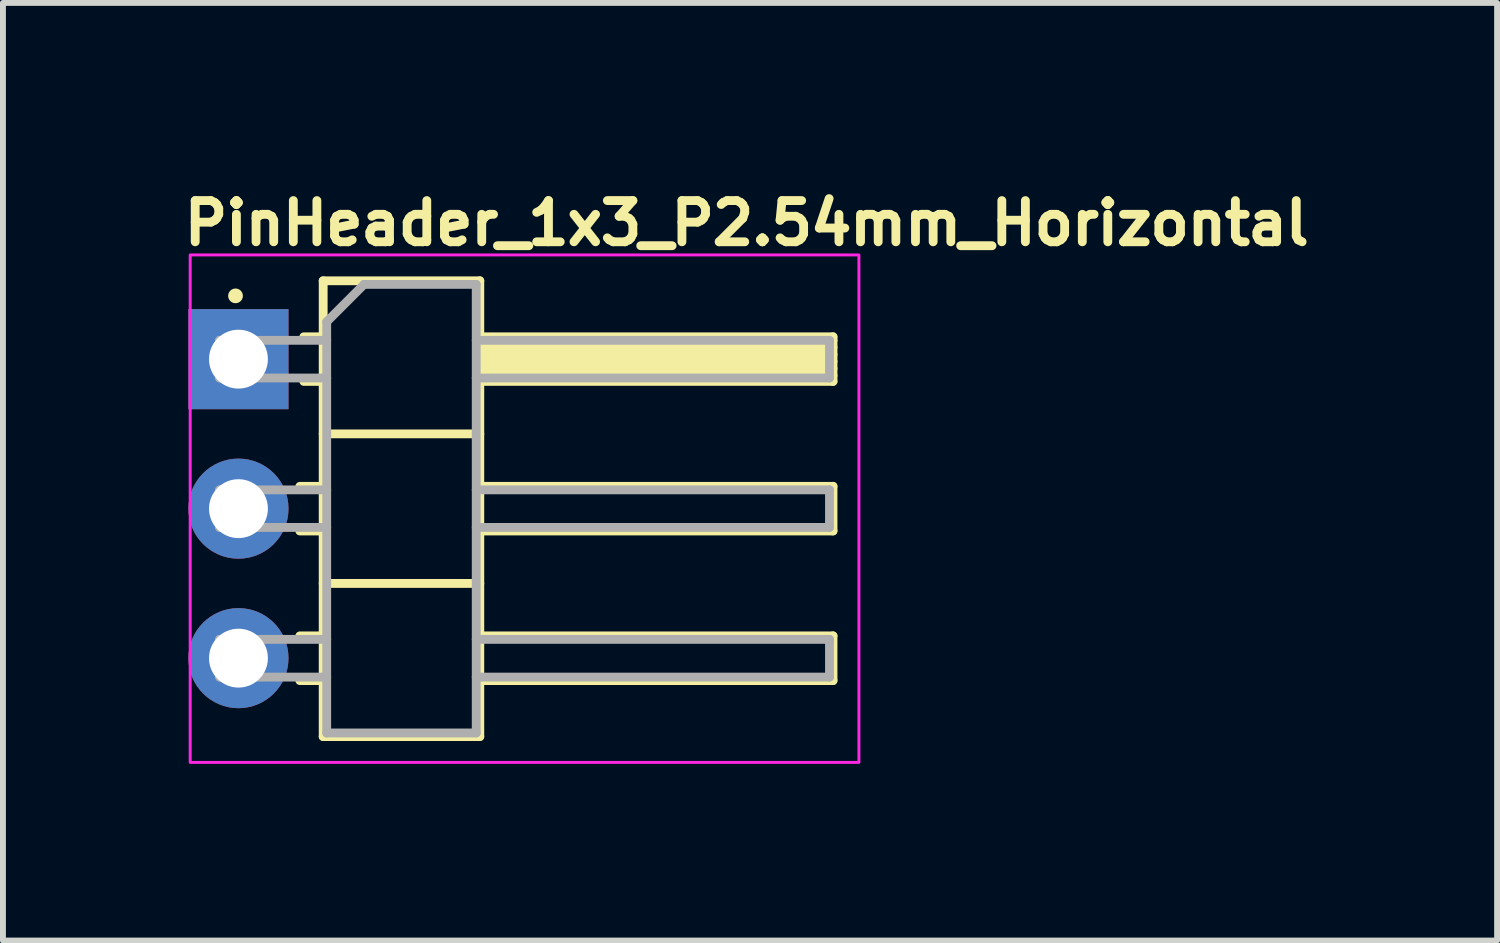
<source format=kicad_pcb>
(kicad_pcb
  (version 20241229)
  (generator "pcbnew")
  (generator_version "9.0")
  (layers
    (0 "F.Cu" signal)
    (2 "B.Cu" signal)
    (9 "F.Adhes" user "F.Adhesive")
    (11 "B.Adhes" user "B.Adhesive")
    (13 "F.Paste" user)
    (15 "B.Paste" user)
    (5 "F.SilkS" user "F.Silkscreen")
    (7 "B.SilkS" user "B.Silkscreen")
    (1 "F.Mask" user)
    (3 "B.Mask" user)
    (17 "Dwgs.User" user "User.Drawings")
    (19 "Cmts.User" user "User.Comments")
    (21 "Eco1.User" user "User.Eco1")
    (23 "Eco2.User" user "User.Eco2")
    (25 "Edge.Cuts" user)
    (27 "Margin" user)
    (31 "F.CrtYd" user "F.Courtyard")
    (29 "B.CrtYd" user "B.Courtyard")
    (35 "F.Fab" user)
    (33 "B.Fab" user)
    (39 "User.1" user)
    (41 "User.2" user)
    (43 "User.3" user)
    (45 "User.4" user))
  (footprint "PinHeader_1x3_P2.54mm_Horizontal"
    (layer "F.Cu")
    (at 1 3.05)
    (property "Reference" "PinHeader_1x3_P2.54mm_Horizontal" (at -1 -1.9 0) (layer "F.SilkS") (effects (font (size 0.7 0.7) (thickness 0.15)) (justify left bottom)))
    (attr through_hole)
    (fp_line (start 1.042 2.16) (end 1.439 2.16) (stroke (width 0.15) (type solid)) (layer "F.SilkS"))
    (fp_line (start 1.042 2.918) (end 1.439 2.918) (stroke (width 0.15) (type solid)) (layer "F.SilkS"))
    (fp_line (start 1.042 4.7) (end 1.439 4.7) (stroke (width 0.15) (type solid)) (layer "F.SilkS"))
    (fp_line (start 1.042 5.459) (end 1.439 5.459) (stroke (width 0.15) (type solid)) (layer "F.SilkS"))
    (fp_line (start 1.11 -0.38) (end 1.439 -0.38) (stroke (width 0.15) (type solid)) (layer "F.SilkS"))
    (fp_line (start 1.11 0.378) (end 1.439 0.378) (stroke (width 0.15) (type solid)) (layer "F.SilkS"))
    (fp_line (start 1.439 -1.331) (end 1.439 6.41) (stroke (width 0.15) (type solid)) (layer "F.SilkS"))
    (fp_line (start 1.439 1.269) (end 4.099 1.269) (stroke (width 0.15) (type solid)) (layer "F.SilkS"))
    (fp_line (start 1.439 3.809) (end 4.099 3.809) (stroke (width 0.15) (type solid)) (layer "F.SilkS"))
    (fp_line (start 1.439 6.41) (end 4.099 6.41) (stroke (width 0.15) (type solid)) (layer "F.SilkS"))
    (fp_line (start 4.099 -1.331) (end 1.439 -1.331) (stroke (width 0.15) (type solid)) (layer "F.SilkS"))
    (fp_line (start 4.099 -0.38) (end 10.098 -0.38) (stroke (width 0.15) (type solid)) (layer "F.SilkS"))
    (fp_line (start 4.099 -0.32) (end 10.098 -0.32) (stroke (width 0.15) (type solid)) (layer "F.SilkS"))
    (fp_line (start 4.099 -0.202) (end 10.098 -0.202) (stroke (width 0.15) (type solid)) (layer "F.SilkS"))
    (fp_line (start 4.099 -0.08) (end 10.098 -0.08) (stroke (width 0.15) (type solid)) (layer "F.SilkS"))
    (fp_line (start 4.099 0.04) (end 10.098 0.04) (stroke (width 0.15) (type solid)) (layer "F.SilkS"))
    (fp_line (start 4.099 0.16) (end 10.098 0.16) (stroke (width 0.15) (type solid)) (layer "F.SilkS"))
    (fp_line (start 4.099 0.28) (end 10.098 0.28) (stroke (width 0.15) (type solid)) (layer "F.SilkS"))
    (fp_line (start 4.099 2.16) (end 10.098 2.16) (stroke (width 0.15) (type solid)) (layer "F.SilkS"))
    (fp_line (start 4.099 4.7) (end 10.098 4.7) (stroke (width 0.15) (type solid)) (layer "F.SilkS"))
    (fp_line (start 4.099 6.41) (end 4.099 -1.331) (stroke (width 0.15) (type solid)) (layer "F.SilkS"))
    (fp_line (start 10.098 -0.38) (end 10.098 0.378) (stroke (width 0.15) (type solid)) (layer "F.SilkS"))
    (fp_line (start 10.098 0.378) (end 4.099 0.378) (stroke (width 0.15) (type solid)) (layer "F.SilkS"))
    (fp_line (start 10.098 2.16) (end 10.098 2.918) (stroke (width 0.15) (type solid)) (layer "F.SilkS"))
    (fp_line (start 10.098 2.918) (end 4.099 2.918) (stroke (width 0.15) (type solid)) (layer "F.SilkS"))
    (fp_line (start 10.098 4.7) (end 10.098 5.459) (stroke (width 0.15) (type solid)) (layer "F.SilkS"))
    (fp_line (start 10.098 5.459) (end 4.099 5.459) (stroke (width 0.15) (type solid)) (layer "F.SilkS"))
    (fp_circle (center -0.05 -1.075) (end 0 -1.075) (stroke (width 0.15) (type solid)) (fill yes) (layer "F.SilkS"))
    (fp_rect (start -0.82 -1.77) (end 10.538 6.849) (stroke (width 0.05) (type solid)) (fill no) (layer "F.CrtYd"))
    (fp_line (start -0.32 -0.32) (end -0.32 0.32) (stroke (width 0.15) (type solid)) (layer "F.Fab"))
    (fp_line (start -0.32 -0.32) (end 1.499 -0.32) (stroke (width 0.15) (type solid)) (layer "F.Fab"))
    (fp_line (start -0.32 0.32) (end 1.499 0.32) (stroke (width 0.15) (type solid)) (layer "F.Fab"))
    (fp_line (start -0.32 2.22) (end -0.32 2.858) (stroke (width 0.15) (type solid)) (layer "F.Fab"))
    (fp_line (start -0.32 2.22) (end 1.499 2.22) (stroke (width 0.15) (type solid)) (layer "F.Fab"))
    (fp_line (start -0.32 2.858) (end 1.499 2.858) (stroke (width 0.15) (type solid)) (layer "F.Fab"))
    (fp_line (start -0.32 4.759) (end -0.32 5.4) (stroke (width 0.15) (type solid)) (layer "F.Fab"))
    (fp_line (start -0.32 4.759) (end 1.499 4.759) (stroke (width 0.15) (type solid)) (layer "F.Fab"))
    (fp_line (start -0.32 5.4) (end 1.499 5.4) (stroke (width 0.15) (type solid)) (layer "F.Fab"))
    (fp_line (start 1.499 -0.635) (end 2.133 -1.27) (stroke (width 0.15) (type solid)) (layer "F.Fab"))
    (fp_line (start 1.499 6.349) (end 1.499 -0.635) (stroke (width 0.15) (type solid)) (layer "F.Fab"))
    (fp_line (start 2.133 -1.27) (end 4.038 -1.27) (stroke (width 0.15) (type solid)) (layer "F.Fab"))
    (fp_line (start 4.038 -1.27) (end 4.038 6.349) (stroke (width 0.15) (type solid)) (layer "F.Fab"))
    (fp_line (start 4.038 -0.32) (end 10.038 -0.32) (stroke (width 0.15) (type solid)) (layer "F.Fab"))
    (fp_line (start 4.038 0.32) (end 10.038 0.32) (stroke (width 0.15) (type solid)) (layer "F.Fab"))
    (fp_line (start 4.038 2.22) (end 10.038 2.22) (stroke (width 0.15) (type solid)) (layer "F.Fab"))
    (fp_line (start 4.038 2.858) (end 10.038 2.858) (stroke (width 0.15) (type solid)) (layer "F.Fab"))
    (fp_line (start 4.038 4.759) (end 10.038 4.759) (stroke (width 0.15) (type solid)) (layer "F.Fab"))
    (fp_line (start 4.038 5.4) (end 10.038 5.4) (stroke (width 0.15) (type solid)) (layer "F.Fab"))
    (fp_line (start 4.038 6.349) (end 1.499 6.349) (stroke (width 0.15) (type solid)) (layer "F.Fab"))
    (fp_line (start 10.038 -0.32) (end 10.038 0.32) (stroke (width 0.15) (type solid)) (layer "F.Fab"))
    (fp_line (start 10.038 2.22) (end 10.038 2.858) (stroke (width 0.15) (type solid)) (layer "F.Fab"))
    (fp_line (start 10.038 4.759) (end 10.038 5.4) (stroke (width 0.15) (type solid)) (layer "F.Fab"))
    (fp_rect (start -0.32 -1.27) (end 10.038 6.349) (stroke (width 0.1) (type solid)) (fill no) (layer "User.5"))
    (fp_line (start -0.32 -0.32) (end -0.32 0.32) (stroke (width 0.02) (type solid)) (layer "User.9"))
    (fp_line (start -0.32 -0.32) (end -0.316 -0.32) (stroke (width 0.02) (type solid)) (layer "User.9"))
    (fp_line (start -0.32 0.32) (end -0.316 0.32) (stroke (width 0.02) (type solid)) (layer "User.9"))
    (fp_line (start -0.32 2.22) (end -0.32 2.858) (stroke (width 0.02) (type solid)) (layer "User.9"))
    (fp_line (start -0.32 2.22) (end -0.316 2.22) (stroke (width 0.02) (type solid)) (layer "User.9"))
    (fp_line (start -0.32 2.858) (end -0.316 2.858) (stroke (width 0.02) (type solid)) (layer "User.9"))
    (fp_line (start -0.32 4.759) (end -0.32 5.4) (stroke (width 0.02) (type solid)) (layer "User.9"))
    (fp_line (start -0.32 4.759) (end -0.316 4.759) (stroke (width 0.02) (type solid)) (layer "User.9"))
    (fp_line (start -0.32 5.4) (end -0.316 5.4) (stroke (width 0.02) (type solid)) (layer "User.9"))
    (fp_line (start -0.316 -0.32) (end -0.316 -0.32) (stroke (width 0.02) (type solid)) (layer "User.9"))
    (fp_line (start -0.316 -0.32) (end -0.286 -0.32) (stroke (width 0.02) (type solid)) (layer "User.9"))
    (fp_line (start -0.316 0.32) (end -0.316 0.32) (stroke (width 0.02) (type solid)) (layer "User.9"))
    (fp_line (start -0.316 0.32) (end -0.286 0.32) (stroke (width 0.02) (type solid)) (layer "User.9"))
    (fp_line (start -0.316 2.22) (end -0.316 2.22) (stroke (width 0.02) (type solid)) (layer "User.9"))
    (fp_line (start -0.316 2.22) (end -0.286 2.22) (stroke (width 0.02) (type solid)) (layer "User.9"))
    (fp_line (start -0.316 2.858) (end -0.316 2.858) (stroke (width 0.02) (type solid)) (layer "User.9"))
    (fp_line (start -0.316 2.858) (end -0.286 2.858) (stroke (width 0.02) (type solid)) (layer "User.9"))
    (fp_line (start -0.316 4.759) (end -0.316 4.759) (stroke (width 0.02) (type solid)) (layer "User.9"))
    (fp_line (start -0.316 4.759) (end -0.286 4.759) (stroke (width 0.02) (type solid)) (layer "User.9"))
    (fp_line (start -0.316 5.4) (end -0.316 5.4) (stroke (width 0.02) (type solid)) (layer "User.9"))
    (fp_line (start -0.316 5.4) (end -0.286 5.4) (stroke (width 0.02) (type solid)) (layer "User.9"))
    (fp_line (start -0.286 -0.32) (end -0.286 -0.32) (stroke (width 0.02) (type solid)) (layer "User.9"))
    (fp_line (start -0.286 -0.32) (end -0.222 -0.32) (stroke (width 0.02) (type solid)) (layer "User.9"))
    (fp_line (start -0.286 0.32) (end -0.286 0.32) (stroke (width 0.02) (type solid)) (layer "User.9"))
    (fp_line (start -0.286 0.32) (end -0.222 0.32) (stroke (width 0.02) (type solid)) (layer "User.9"))
    (fp_line (start -0.286 2.22) (end -0.286 2.22) (stroke (width 0.02) (type solid)) (layer "User.9"))
    (fp_line (start -0.286 2.22) (end -0.222 2.22) (stroke (width 0.02) (type solid)) (layer "User.9"))
    (fp_line (start -0.286 2.858) (end -0.286 2.858) (stroke (width 0.02) (type solid)) (layer "User.9"))
    (fp_line (start -0.286 2.858) (end -0.222 2.858) (stroke (width 0.02) (type solid)) (layer "User.9"))
    (fp_line (start -0.286 4.759) (end -0.286 4.759) (stroke (width 0.02) (type solid)) (layer "User.9"))
    (fp_line (start -0.286 4.759) (end -0.222 4.759) (stroke (width 0.02) (type solid)) (layer "User.9"))
    (fp_line (start -0.286 5.4) (end -0.286 5.4) (stroke (width 0.02) (type solid)) (layer "User.9"))
    (fp_line (start -0.286 5.4) (end -0.222 5.4) (stroke (width 0.02) (type solid)) (layer "User.9"))
    (fp_line (start -0.222 -0.32) (end -0.222 -0.32) (stroke (width 0.02) (type solid)) (layer "User.9"))
    (fp_line (start -0.222 -0.32) (end -0.134 -0.32) (stroke (width 0.02) (type solid)) (layer "User.9"))
    (fp_line (start -0.222 0.32) (end -0.222 0.32) (stroke (width 0.02) (type solid)) (layer "User.9"))
    (fp_line (start -0.222 0.32) (end -0.134 0.32) (stroke (width 0.02) (type solid)) (layer "User.9"))
    (fp_line (start -0.222 2.22) (end -0.222 2.22) (stroke (width 0.02) (type solid)) (layer "User.9"))
    (fp_line (start -0.222 2.22) (end -0.134 2.22) (stroke (width 0.02) (type solid)) (layer "User.9"))
    (fp_line (start -0.222 2.858) (end -0.222 2.858) (stroke (width 0.02) (type solid)) (layer "User.9"))
    (fp_line (start -0.222 2.858) (end -0.134 2.858) (stroke (width 0.02) (type solid)) (layer "User.9"))
    (fp_line (start -0.222 4.759) (end -0.222 4.759) (stroke (width 0.02) (type solid)) (layer "User.9"))
    (fp_line (start -0.222 4.759) (end -0.134 4.759) (stroke (width 0.02) (type solid)) (layer "User.9"))
    (fp_line (start -0.222 5.4) (end -0.222 5.4) (stroke (width 0.02) (type solid)) (layer "User.9"))
    (fp_line (start -0.222 5.4) (end -0.134 5.4) (stroke (width 0.02) (type solid)) (layer "User.9"))
    (fp_line (start -0.134 -0.32) (end -0.134 -0.32) (stroke (width 0.02) (type solid)) (layer "User.9"))
    (fp_line (start -0.134 -0.32) (end 0.32 -0.32) (stroke (width 0.02) (type solid)) (layer "User.9"))
    (fp_line (start -0.134 0.32) (end -0.134 0.32) (stroke (width 0.02) (type solid)) (layer "User.9"))
    (fp_line (start -0.134 0.32) (end 0.32 0.32) (stroke (width 0.02) (type solid)) (layer "User.9"))
    (fp_line (start -0.134 2.22) (end -0.134 2.22) (stroke (width 0.02) (type solid)) (layer "User.9"))
    (fp_line (start -0.134 2.22) (end 0.32 2.22) (stroke (width 0.02) (type solid)) (layer "User.9"))
    (fp_line (start -0.134 2.858) (end -0.134 2.858) (stroke (width 0.02) (type solid)) (layer "User.9"))
    (fp_line (start -0.134 2.858) (end 0.32 2.858) (stroke (width 0.02) (type solid)) (layer "User.9"))
    (fp_line (start -0.134 4.759) (end -0.134 4.759) (stroke (width 0.02) (type solid)) (layer "User.9"))
    (fp_line (start -0.134 4.759) (end 0.32 4.759) (stroke (width 0.02) (type solid)) (layer "User.9"))
    (fp_line (start -0.134 5.4) (end -0.134 5.4) (stroke (width 0.02) (type solid)) (layer "User.9"))
    (fp_line (start -0.134 5.4) (end 0.32 5.4) (stroke (width 0.02) (type solid)) (layer "User.9"))
    (fp_line (start 0.32 -0.32) (end 1.499 -0.32) (stroke (width 0.02) (type solid)) (layer "User.9"))
    (fp_line (start 0.32 0.32) (end 1.499 0.32) (stroke (width 0.02) (type solid)) (layer "User.9"))
    (fp_line (start 0.32 2.22) (end 1.499 2.22) (stroke (width 0.02) (type solid)) (layer "User.9"))
    (fp_line (start 0.32 2.858) (end 1.499 2.858) (stroke (width 0.02) (type solid)) (layer "User.9"))
    (fp_line (start 0.32 4.759) (end 1.499 4.759) (stroke (width 0.02) (type solid)) (layer "User.9"))
    (fp_line (start 0.32 5.4) (end 1.499 5.4) (stroke (width 0.02) (type solid)) (layer "User.9"))
    (fp_line (start 1.499 -1.27) (end 4.038 -1.27) (stroke (width 0.02) (type solid)) (layer "User.9"))
    (fp_line (start 1.499 -1.016) (end 1.499 -1.27) (stroke (width 0.02) (type solid)) (layer "User.9"))
    (fp_line (start 1.499 -1.016) (end 4.038 -1.016) (stroke (width 0.02) (type solid)) (layer "User.9"))
    (fp_line (start 1.499 1.015) (end 1.499 -1.016) (stroke (width 0.02) (type solid)) (layer "User.9"))
    (fp_line (start 1.499 1.015) (end 4.038 1.015) (stroke (width 0.02) (type solid)) (layer "User.9"))
    (fp_line (start 1.499 1.269) (end 1.499 1.015) (stroke (width 0.02) (type solid)) (layer "User.9"))
    (fp_line (start 1.499 1.269) (end 4.038 1.269) (stroke (width 0.02) (type solid)) (layer "User.9"))
    (fp_line (start 1.499 1.523) (end 1.499 1.269) (stroke (width 0.02) (type solid)) (layer "User.9"))
    (fp_line (start 1.499 1.523) (end 4.038 1.523) (stroke (width 0.02) (type solid)) (layer "User.9"))
    (fp_line (start 1.499 3.555) (end 1.499 1.523) (stroke (width 0.02) (type solid)) (layer "User.9"))
    (fp_line (start 1.499 3.555) (end 4.038 3.555) (stroke (width 0.02) (type solid)) (layer "User.9"))
    (fp_line (start 1.499 3.809) (end 1.499 3.555) (stroke (width 0.02) (type solid)) (layer "User.9"))
    (fp_line (start 1.499 3.809) (end 4.038 3.809) (stroke (width 0.02) (type solid)) (layer "User.9"))
    (fp_line (start 1.499 4.062) (end 1.499 3.809) (stroke (width 0.02) (type solid)) (layer "User.9"))
    (fp_line (start 1.499 4.062) (end 4.038 4.062) (stroke (width 0.02) (type solid)) (layer "User.9"))
    (fp_line (start 1.499 6.094) (end 1.499 4.062) (stroke (width 0.02) (type solid)) (layer "User.9"))
    (fp_line (start 1.499 6.094) (end 4.038 6.094) (stroke (width 0.02) (type solid)) (layer "User.9"))
    (fp_line (start 1.499 6.349) (end 1.499 6.094) (stroke (width 0.02) (type solid)) (layer "User.9"))
    (fp_line (start 1.499 6.349) (end 4.038 6.349) (stroke (width 0.02) (type solid)) (layer "User.9"))
    (fp_line (start 4.038 -1.016) (end 4.038 -1.27) (stroke (width 0.02) (type solid)) (layer "User.9"))
    (fp_line (start 4.038 -0.32) (end 9.88 -0.32) (stroke (width 0.02) (type solid)) (layer "User.9"))
    (fp_line (start 4.038 0.32) (end 9.88 0.32) (stroke (width 0.02) (type solid)) (layer "User.9"))
    (fp_line (start 4.038 1.015) (end 4.038 -1.016) (stroke (width 0.02) (type solid)) (layer "User.9"))
    (fp_line (start 4.038 1.269) (end 4.038 1.015) (stroke (width 0.02) (type solid)) (layer "User.9"))
    (fp_line (start 4.038 1.523) (end 4.038 1.269) (stroke (width 0.02) (type solid)) (layer "User.9"))
    (fp_line (start 4.038 2.22) (end 9.88 2.22) (stroke (width 0.02) (type solid)) (layer "User.9"))
    (fp_line (start 4.038 2.858) (end 9.88 2.858) (stroke (width 0.02) (type solid)) (layer "User.9"))
    (fp_line (start 4.038 3.555) (end 4.038 1.523) (stroke (width 0.02) (type solid)) (layer "User.9"))
    (fp_line (start 4.038 3.809) (end 4.038 3.555) (stroke (width 0.02) (type solid)) (layer "User.9"))
    (fp_line (start 4.038 4.062) (end 4.038 3.809) (stroke (width 0.02) (type solid)) (layer "User.9"))
    (fp_line (start 4.038 4.759) (end 9.88 4.759) (stroke (width 0.02) (type solid)) (layer "User.9"))
    (fp_line (start 4.038 5.4) (end 9.88 5.4) (stroke (width 0.02) (type solid)) (layer "User.9"))
    (fp_line (start 4.038 6.094) (end 4.038 4.062) (stroke (width 0.02) (type solid)) (layer "User.9"))
    (fp_line (start 4.038 6.349) (end 4.038 6.094) (stroke (width 0.02) (type solid)) (layer "User.9"))
    (fp_line (start 9.88 -0.32) (end 9.88 0.32) (stroke (width 0.02) (type solid)) (layer "User.9"))
    (fp_line (start 9.88 -0.32) (end 10.038 -0.16) (stroke (width 0.02) (type solid)) (layer "User.9"))
    (fp_line (start 9.88 0.32) (end 10.038 0.16) (stroke (width 0.02) (type solid)) (layer "User.9"))
    (fp_line (start 9.88 2.22) (end 9.88 2.858) (stroke (width 0.02) (type solid)) (layer "User.9"))
    (fp_line (start 9.88 2.22) (end 10.038 2.378) (stroke (width 0.02) (type solid)) (layer "User.9"))
    (fp_line (start 9.88 2.858) (end 10.038 2.7) (stroke (width 0.02) (type solid)) (layer "User.9"))
    (fp_line (start 9.88 4.759) (end 9.88 5.4) (stroke (width 0.02) (type solid)) (layer "User.9"))
    (fp_line (start 9.88 4.759) (end 10.038 4.919) (stroke (width 0.02) (type solid)) (layer "User.9"))
    (fp_line (start 9.88 5.4) (end 10.038 5.24) (stroke (width 0.02) (type solid)) (layer "User.9"))
    (fp_line (start 10.038 -0.16) (end 10.038 0.16) (stroke (width 0.02) (type solid)) (layer "User.9"))
    (fp_line (start 10.038 2.378) (end 10.038 2.7) (stroke (width 0.02) (type solid)) (layer "User.9"))
    (fp_line (start 10.038 4.919) (end 10.038 5.24) (stroke (width 0.02) (type solid)) (layer "User.9"))
    (pad "1" thru_hole rect (at 0 0) (size 1.7 1.7) (drill 1) (layers "*.Cu" "*.Mask"))
    (pad "2" thru_hole oval (at 0 2.539) (size 1.7 1.7) (drill 1) (layers "*.Cu" "*.Mask"))
    (pad "3" thru_hole oval (at 0 5.078) (size 1.7 1.7) (drill 1) (layers "*.Cu" "*.Mask")))
  (gr_rect
    (start -3 -3)
    (end 22.377 12.924)
    (stroke (width 0.1) (type default))
    (fill no)
    (layer "Edge.Cuts")))
</source>
